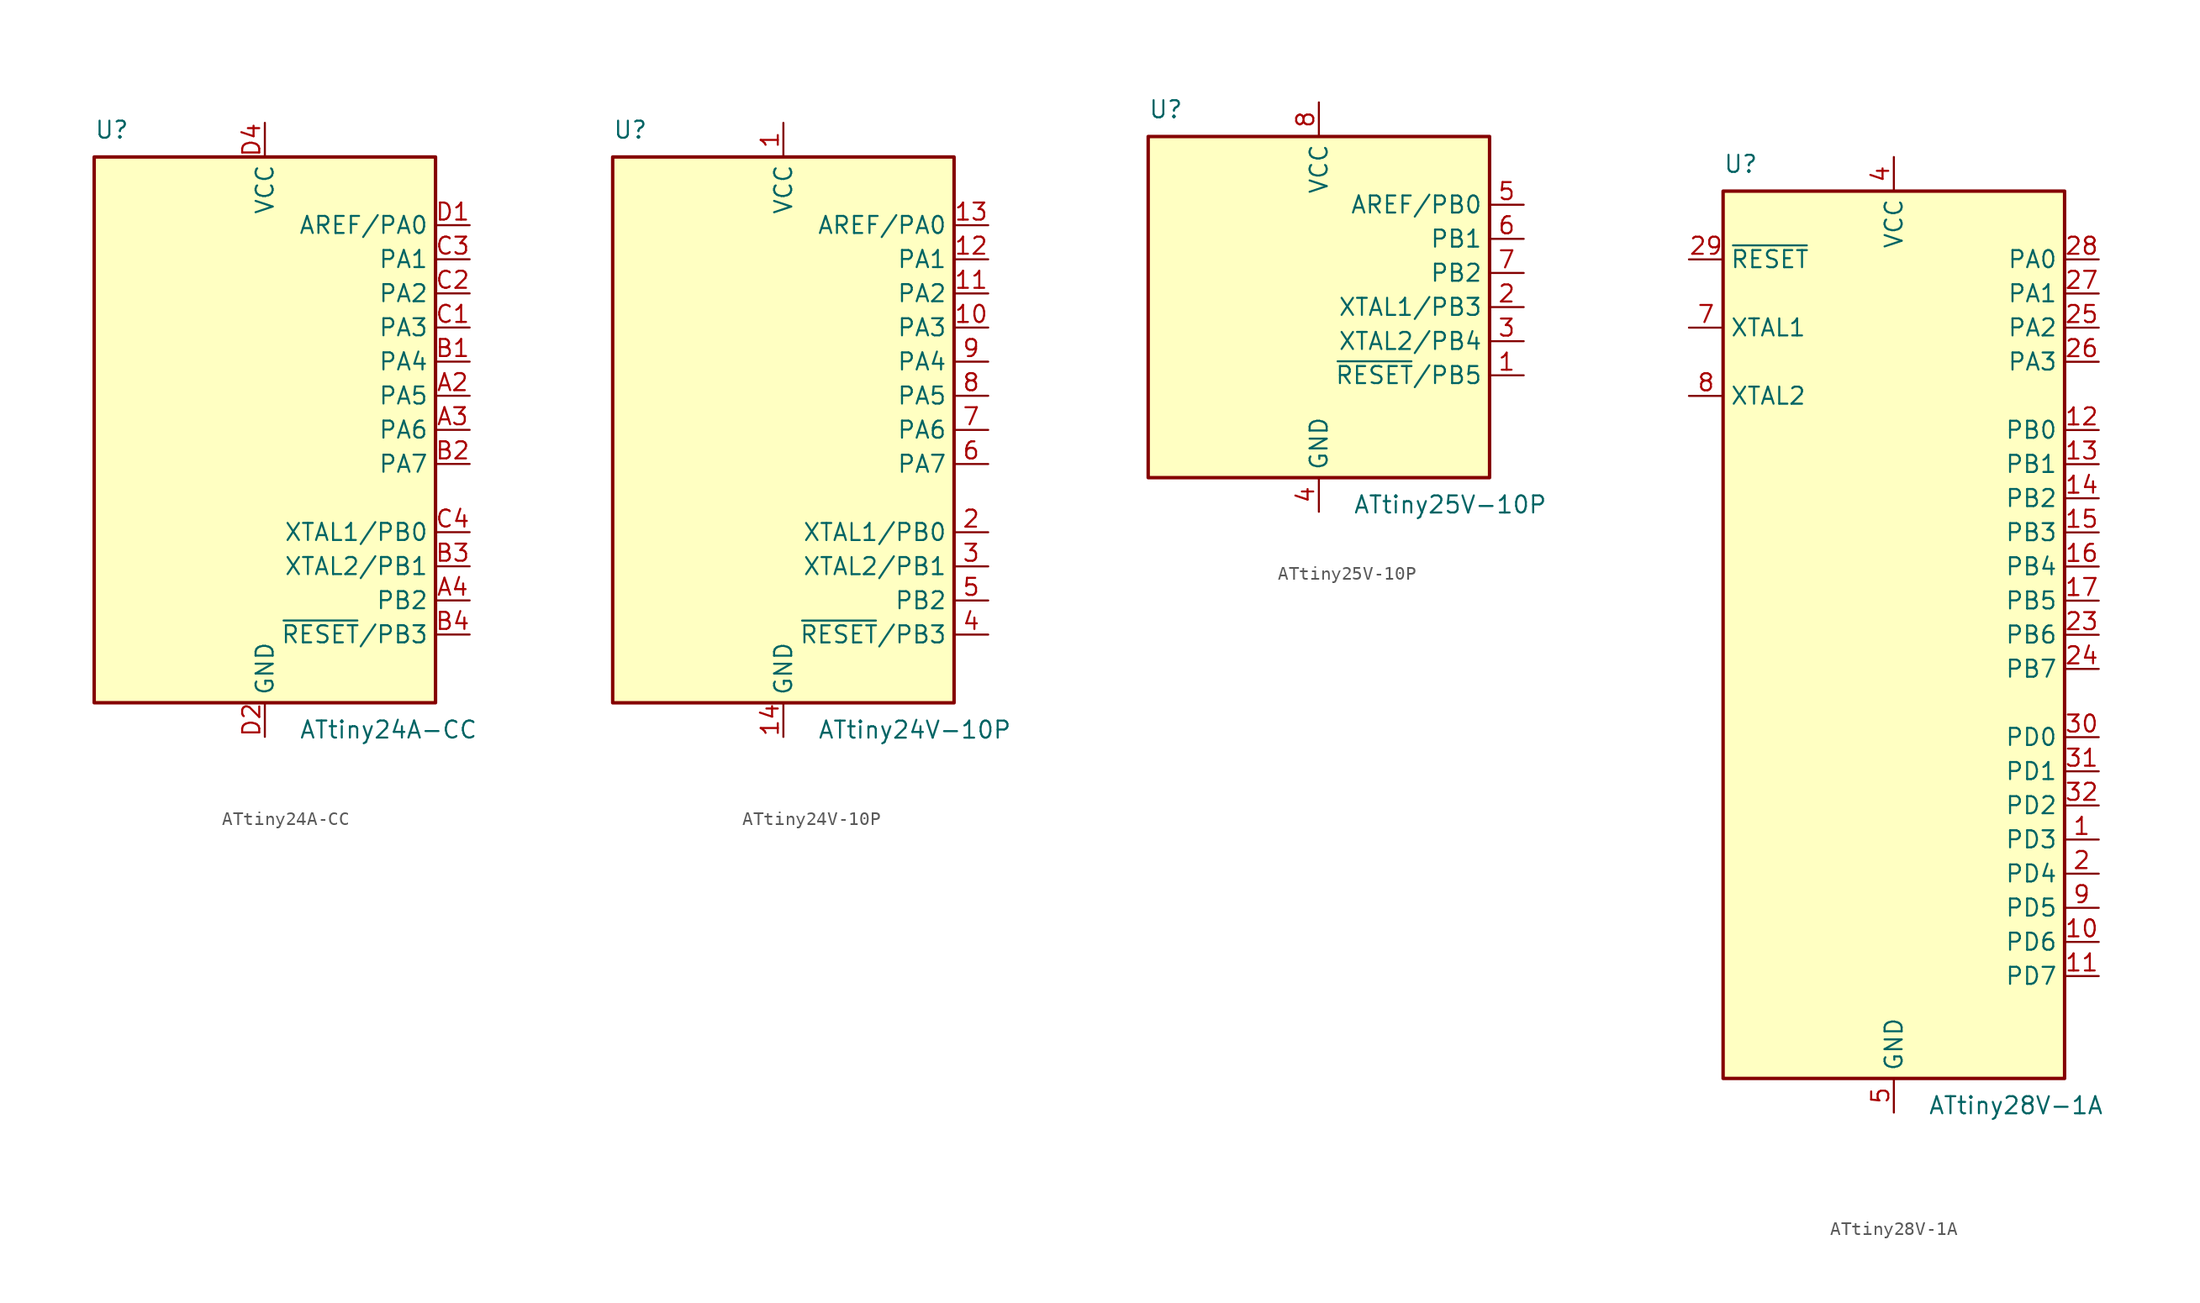
<source format=kicad_sym>
(kicad_symbol_lib
  (version 20241209)
  (generator "kicad_symbol_editor")
  (generator_version "9.0")
  (symbol "ATtiny24A-CC"
    (property "Reference" "U"
      (at -12.7 21.59 0)
      (effects (font (size 1.27 1.27)) (justify left bottom)))
    (property "Value" "ATtiny24A-CC"
      (at 2.54 -21.59 0)
      (effects (font (size 1.27 1.27)) (justify left top)))
    (symbol "ATtiny24A-CC_0_1"
      (rectangle (start -12.7 -20.32) (end 12.7 20.32) (stroke (width 0.254) (type default)) (fill (type background))))
    (symbol "ATtiny24A-CC_1_1"
      (pin power_in line (at 0 22.86 270) (length 2.54) (name "VCC" (effects (font (size 1.27 1.27)))) (number "D4" (effects (font (size 1.27 1.27)))))
      (pin power_in line (at 0 -22.86 90) (length 2.54) (name "GND" (effects (font (size 1.27 1.27)))) (number "D2" (effects (font (size 1.27 1.27)))))
      (pin passive line (at 0 -22.86 90) (length 2.54) (hide yes) (name "GND" (effects (font (size 1.27 1.27)))) (number "D3" (effects (font (size 1.27 1.27)))))
      (pin bidirectional line (at 15.24 15.24 180) (length 2.54) (name "AREF/PA0" (effects (font (size 1.27 1.27)))) (number "D1" (effects (font (size 1.27 1.27)))))
      (pin bidirectional line (at 15.24 12.7 180) (length 2.54) (name "PA1" (effects (font (size 1.27 1.27)))) (number "C3" (effects (font (size 1.27 1.27)))))
      (pin bidirectional line (at 15.24 10.16 180) (length 2.54) (name "PA2" (effects (font (size 1.27 1.27)))) (number "C2" (effects (font (size 1.27 1.27)))))
      (pin bidirectional line (at 15.24 7.62 180) (length 2.54) (name "PA3" (effects (font (size 1.27 1.27)))) (number "C1" (effects (font (size 1.27 1.27)))))
      (pin bidirectional line (at 15.24 5.08 180) (length 2.54) (name "PA4" (effects (font (size 1.27 1.27)))) (number "B1" (effects (font (size 1.27 1.27)))))
      (pin bidirectional line (at 15.24 2.54 180) (length 2.54) (name "PA5" (effects (font (size 1.27 1.27)))) (number "A2" (effects (font (size 1.27 1.27)))))
      (pin bidirectional line (at 15.24 0 180) (length 2.54) (name "PA6" (effects (font (size 1.27 1.27)))) (number "A3" (effects (font (size 1.27 1.27)))))
      (pin bidirectional line (at 15.24 -2.54 180) (length 2.54) (name "PA7" (effects (font (size 1.27 1.27)))) (number "B2" (effects (font (size 1.27 1.27)))))
      (pin bidirectional line (at 15.24 -7.62 180) (length 2.54) (name "XTAL1/PB0" (effects (font (size 1.27 1.27)))) (number "C4" (effects (font (size 1.27 1.27)))))
      (pin bidirectional line (at 15.24 -10.16 180) (length 2.54) (name "XTAL2/PB1" (effects (font (size 1.27 1.27)))) (number "B3" (effects (font (size 1.27 1.27)))))
      (pin bidirectional line (at 15.24 -12.7 180) (length 2.54) (name "PB2" (effects (font (size 1.27 1.27)))) (number "A4" (effects (font (size 1.27 1.27)))))
      (pin bidirectional line (at 15.24 -15.24 180) (length 2.54) (name "~{RESET}/PB3" (effects (font (size 1.27 1.27)))) (number "B4" (effects (font (size 1.27 1.27)))))))
  (symbol "ATtiny24V-10P"
    (property "Reference" "U"
      (at -12.7 21.59 0)
      (effects (font (size 1.27 1.27)) (justify left bottom)))
    (property "Value" "ATtiny24V-10P"
      (at 2.54 -21.59 0)
      (effects (font (size 1.27 1.27)) (justify left top)))
    (symbol "ATtiny24V-10P_0_1"
      (rectangle (start -12.7 -20.32) (end 12.7 20.32) (stroke (width 0.254) (type default)) (fill (type background))))
    (symbol "ATtiny24V-10P_1_1"
      (pin power_in line (at 0 22.86 270) (length 2.54) (name "VCC" (effects (font (size 1.27 1.27)))) (number "1" (effects (font (size 1.27 1.27)))))
      (pin power_in line (at 0 -22.86 90) (length 2.54) (name "GND" (effects (font (size 1.27 1.27)))) (number "14" (effects (font (size 1.27 1.27)))))
      (pin bidirectional line (at 15.24 15.24 180) (length 2.54) (name "AREF/PA0" (effects (font (size 1.27 1.27)))) (number "13" (effects (font (size 1.27 1.27)))))
      (pin bidirectional line (at 15.24 12.7 180) (length 2.54) (name "PA1" (effects (font (size 1.27 1.27)))) (number "12" (effects (font (size 1.27 1.27)))))
      (pin bidirectional line (at 15.24 10.16 180) (length 2.54) (name "PA2" (effects (font (size 1.27 1.27)))) (number "11" (effects (font (size 1.27 1.27)))))
      (pin bidirectional line (at 15.24 7.62 180) (length 2.54) (name "PA3" (effects (font (size 1.27 1.27)))) (number "10" (effects (font (size 1.27 1.27)))))
      (pin bidirectional line (at 15.24 5.08 180) (length 2.54) (name "PA4" (effects (font (size 1.27 1.27)))) (number "9" (effects (font (size 1.27 1.27)))))
      (pin bidirectional line (at 15.24 2.54 180) (length 2.54) (name "PA5" (effects (font (size 1.27 1.27)))) (number "8" (effects (font (size 1.27 1.27)))))
      (pin bidirectional line (at 15.24 0 180) (length 2.54) (name "PA6" (effects (font (size 1.27 1.27)))) (number "7" (effects (font (size 1.27 1.27)))))
      (pin bidirectional line (at 15.24 -2.54 180) (length 2.54) (name "PA7" (effects (font (size 1.27 1.27)))) (number "6" (effects (font (size 1.27 1.27)))))
      (pin bidirectional line (at 15.24 -7.62 180) (length 2.54) (name "XTAL1/PB0" (effects (font (size 1.27 1.27)))) (number "2" (effects (font (size 1.27 1.27)))))
      (pin bidirectional line (at 15.24 -10.16 180) (length 2.54) (name "XTAL2/PB1" (effects (font (size 1.27 1.27)))) (number "3" (effects (font (size 1.27 1.27)))))
      (pin bidirectional line (at 15.24 -12.7 180) (length 2.54) (name "PB2" (effects (font (size 1.27 1.27)))) (number "5" (effects (font (size 1.27 1.27)))))
      (pin bidirectional line (at 15.24 -15.24 180) (length 2.54) (name "~{RESET}/PB3" (effects (font (size 1.27 1.27)))) (number "4" (effects (font (size 1.27 1.27)))))))
  (symbol "ATtiny25V-10P"
    (property "Reference" "U"
      (at -12.7 13.97 0)
      (effects (font (size 1.27 1.27)) (justify left bottom)))
    (property "Value" "ATtiny25V-10P"
      (at 2.54 -13.97 0)
      (effects (font (size 1.27 1.27)) (justify left top)))
    (symbol "ATtiny25V-10P_0_1"
      (rectangle (start -12.7 -12.7) (end 12.7 12.7) (stroke (width 0.254) (type default)) (fill (type background))))
    (symbol "ATtiny25V-10P_1_1"
      (pin power_in line (at 0 15.24 270) (length 2.54) (name "VCC" (effects (font (size 1.27 1.27)))) (number "8" (effects (font (size 1.27 1.27)))))
      (pin power_in line (at 0 -15.24 90) (length 2.54) (name "GND" (effects (font (size 1.27 1.27)))) (number "4" (effects (font (size 1.27 1.27)))))
      (pin bidirectional line (at 15.24 7.62 180) (length 2.54) (name "AREF/PB0" (effects (font (size 1.27 1.27)))) (number "5" (effects (font (size 1.27 1.27)))))
      (pin bidirectional line (at 15.24 5.08 180) (length 2.54) (name "PB1" (effects (font (size 1.27 1.27)))) (number "6" (effects (font (size 1.27 1.27)))))
      (pin bidirectional line (at 15.24 2.54 180) (length 2.54) (name "PB2" (effects (font (size 1.27 1.27)))) (number "7" (effects (font (size 1.27 1.27)))))
      (pin bidirectional line (at 15.24 0 180) (length 2.54) (name "XTAL1/PB3" (effects (font (size 1.27 1.27)))) (number "2" (effects (font (size 1.27 1.27)))))
      (pin bidirectional line (at 15.24 -2.54 180) (length 2.54) (name "XTAL2/PB4" (effects (font (size 1.27 1.27)))) (number "3" (effects (font (size 1.27 1.27)))))
      (pin bidirectional line (at 15.24 -5.08 180) (length 2.54) (name "~{RESET}/PB5" (effects (font (size 1.27 1.27)))) (number "1" (effects (font (size 1.27 1.27)))))))
  (symbol "ATtiny28V-1A"
    (property "Reference" "U"
      (at -12.7 34.29 0)
      (effects (font (size 1.27 1.27)) (justify left bottom)))
    (property "Value" "ATtiny28V-1A"
      (at 2.54 -34.29 0)
      (effects (font (size 1.27 1.27)) (justify left top)))
    (symbol "ATtiny28V-1A_0_1"
      (rectangle (start -12.7 -33.02) (end 12.7 33.02) (stroke (width 0.254) (type default)) (fill (type background))))
    (symbol "ATtiny28V-1A_1_1"
      (pin input line (at -15.24 27.94 0) (length 2.54) (name "~{RESET}" (effects (font (size 1.27 1.27)))) (number "29" (effects (font (size 1.27 1.27)))))
      (pin input line (at -15.24 22.86 0) (length 2.54) (name "XTAL1" (effects (font (size 1.27 1.27)))) (number "7" (effects (font (size 1.27 1.27)))))
      (pin output line (at -15.24 17.78 0) (length 2.54) (name "XTAL2" (effects (font (size 1.27 1.27)))) (number "8" (effects (font (size 1.27 1.27)))))
      (pin no_connect line (at -12.7 -20.32 0) (length 2.54) (hide yes) (name "NC" (effects (font (size 1.27 1.27)))) (number "3" (effects (font (size 1.27 1.27)))))
      (pin no_connect line (at -12.7 -22.86 0) (length 2.54) (hide yes) (name "NC" (effects (font (size 1.27 1.27)))) (number "6" (effects (font (size 1.27 1.27)))))
      (pin no_connect line (at -12.7 -25.4 0) (length 2.54) (hide yes) (name "NC" (effects (font (size 1.27 1.27)))) (number "19" (effects (font (size 1.27 1.27)))))
      (pin no_connect line (at -12.7 -27.94 0) (length 2.54) (hide yes) (name "NC" (effects (font (size 1.27 1.27)))) (number "20" (effects (font (size 1.27 1.27)))))
      (pin no_connect line (at -12.7 -30.48 0) (length 2.54) (hide yes) (name "NC" (effects (font (size 1.27 1.27)))) (number "22" (effects (font (size 1.27 1.27)))))
      (pin passive line (at 0 35.56 270) (length 2.54) (hide yes) (name "VCC" (effects (font (size 1.27 1.27)))) (number "18" (effects (font (size 1.27 1.27)))))
      (pin power_in line (at 0 35.56 270) (length 2.54) (name "VCC" (effects (font (size 1.27 1.27)))) (number "4" (effects (font (size 1.27 1.27)))))
      (pin passive line (at 0 -35.56 90) (length 2.54) (hide yes) (name "GND" (effects (font (size 1.27 1.27)))) (number "21" (effects (font (size 1.27 1.27)))))
      (pin power_in line (at 0 -35.56 90) (length 2.54) (name "GND" (effects (font (size 1.27 1.27)))) (number "5" (effects (font (size 1.27 1.27)))))
      (pin bidirectional line (at 15.24 27.94 180) (length 2.54) (name "PA0" (effects (font (size 1.27 1.27)))) (number "28" (effects (font (size 1.27 1.27)))))
      (pin bidirectional line (at 15.24 25.4 180) (length 2.54) (name "PA1" (effects (font (size 1.27 1.27)))) (number "27" (effects (font (size 1.27 1.27)))))
      (pin bidirectional line (at 15.24 22.86 180) (length 2.54) (name "PA2" (effects (font (size 1.27 1.27)))) (number "25" (effects (font (size 1.27 1.27)))))
      (pin bidirectional line (at 15.24 20.32 180) (length 2.54) (name "PA3" (effects (font (size 1.27 1.27)))) (number "26" (effects (font (size 1.27 1.27)))))
      (pin bidirectional line (at 15.24 15.24 180) (length 2.54) (name "PB0" (effects (font (size 1.27 1.27)))) (number "12" (effects (font (size 1.27 1.27)))))
      (pin bidirectional line (at 15.24 12.7 180) (length 2.54) (name "PB1" (effects (font (size 1.27 1.27)))) (number "13" (effects (font (size 1.27 1.27)))))
      (pin bidirectional line (at 15.24 10.16 180) (length 2.54) (name "PB2" (effects (font (size 1.27 1.27)))) (number "14" (effects (font (size 1.27 1.27)))))
      (pin bidirectional line (at 15.24 7.62 180) (length 2.54) (name "PB3" (effects (font (size 1.27 1.27)))) (number "15" (effects (font (size 1.27 1.27)))))
      (pin bidirectional line (at 15.24 5.08 180) (length 2.54) (name "PB4" (effects (font (size 1.27 1.27)))) (number "16" (effects (font (size 1.27 1.27)))))
      (pin bidirectional line (at 15.24 2.54 180) (length 2.54) (name "PB5" (effects (font (size 1.27 1.27)))) (number "17" (effects (font (size 1.27 1.27)))))
      (pin bidirectional line (at 15.24 0 180) (length 2.54) (name "PB6" (effects (font (size 1.27 1.27)))) (number "23" (effects (font (size 1.27 1.27)))))
      (pin bidirectional line (at 15.24 -2.54 180) (length 2.54) (name "PB7" (effects (font (size 1.27 1.27)))) (number "24" (effects (font (size 1.27 1.27)))))
      (pin bidirectional line (at 15.24 -7.62 180) (length 2.54) (name "PD0" (effects (font (size 1.27 1.27)))) (number "30" (effects (font (size 1.27 1.27)))))
      (pin bidirectional line (at 15.24 -10.16 180) (length 2.54) (name "PD1" (effects (font (size 1.27 1.27)))) (number "31" (effects (font (size 1.27 1.27)))))
      (pin bidirectional line (at 15.24 -12.7 180) (length 2.54) (name "PD2" (effects (font (size 1.27 1.27)))) (number "32" (effects (font (size 1.27 1.27)))))
      (pin bidirectional line (at 15.24 -15.24 180) (length 2.54) (name "PD3" (effects (font (size 1.27 1.27)))) (number "1" (effects (font (size 1.27 1.27)))))
      (pin bidirectional line (at 15.24 -17.78 180) (length 2.54) (name "PD4" (effects (font (size 1.27 1.27)))) (number "2" (effects (font (size 1.27 1.27)))))
      (pin bidirectional line (at 15.24 -20.32 180) (length 2.54) (name "PD5" (effects (font (size 1.27 1.27)))) (number "9" (effects (font (size 1.27 1.27)))))
      (pin bidirectional line (at 15.24 -22.86 180) (length 2.54) (name "PD6" (effects (font (size 1.27 1.27)))) (number "10" (effects (font (size 1.27 1.27)))))
      (pin bidirectional line (at 15.24 -25.4 180) (length 2.54) (name "PD7" (effects (font (size 1.27 1.27)))) (number "11" (effects (font (size 1.27 1.27))))))))
</source>
